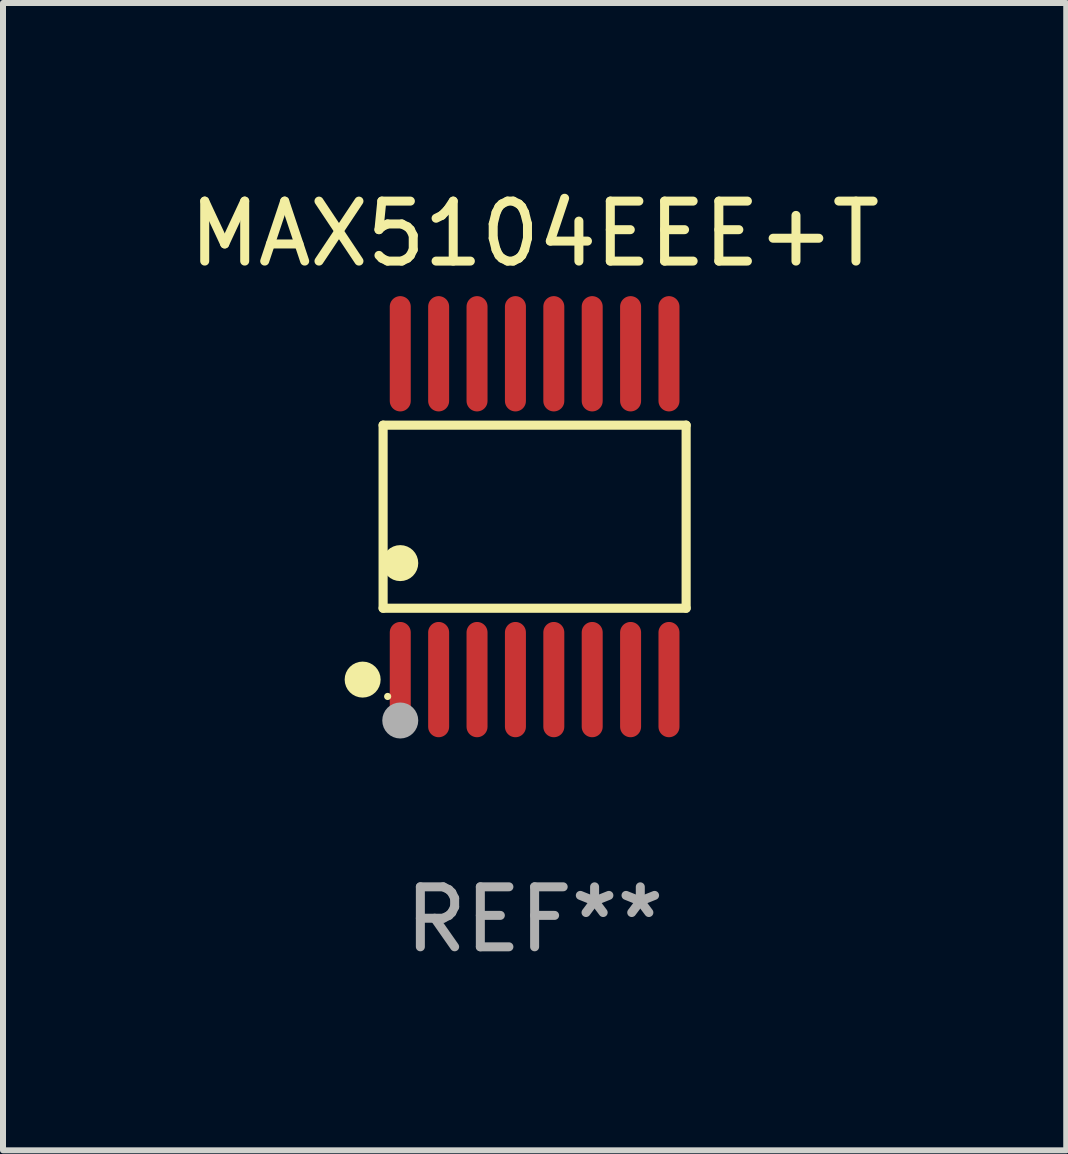
<source format=kicad_pcb>
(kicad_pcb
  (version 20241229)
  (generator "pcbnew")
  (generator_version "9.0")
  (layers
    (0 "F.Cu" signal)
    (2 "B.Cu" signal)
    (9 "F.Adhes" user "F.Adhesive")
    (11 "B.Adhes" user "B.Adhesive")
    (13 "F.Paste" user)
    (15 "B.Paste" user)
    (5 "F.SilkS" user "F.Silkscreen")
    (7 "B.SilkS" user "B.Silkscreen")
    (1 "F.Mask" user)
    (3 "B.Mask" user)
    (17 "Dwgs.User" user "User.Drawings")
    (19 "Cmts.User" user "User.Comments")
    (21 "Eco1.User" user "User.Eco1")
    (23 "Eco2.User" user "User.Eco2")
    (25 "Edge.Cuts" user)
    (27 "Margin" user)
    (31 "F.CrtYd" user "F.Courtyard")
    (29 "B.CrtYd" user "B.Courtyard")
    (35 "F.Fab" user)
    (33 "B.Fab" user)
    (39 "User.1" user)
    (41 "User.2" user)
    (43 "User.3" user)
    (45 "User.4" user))
  (footprint "MAX5104EEE+T"
    (layer "F.Cu")
    (at 5.863 5.564)
    (property "Reference" "MAX5104EEE+T" (at 0 -4.716 0) (layer "F.SilkS") (effects (font (size 1 1) (thickness 0.15))))
    (attr through_hole)
    (fp_line (start -2.526 -1.526) (end 2.526 -1.526) (stroke (width 0.152) (type solid)) (layer "F.SilkS"))
    (fp_line (start -2.526 1.526) (end -2.526 -1.526) (stroke (width 0.152) (type solid)) (layer "F.SilkS"))
    (fp_line (start 2.526 -1.526) (end 2.526 1.526) (stroke (width 0.152) (type solid)) (layer "F.SilkS"))
    (fp_line (start 2.526 1.526) (end -2.526 1.526) (stroke (width 0.152) (type solid)) (layer "F.SilkS"))
    (fp_circle (center -2.867 2.716) (end -2.717 2.716) (stroke (width 0.3) (type solid)) (fill no) (layer "F.SilkS"))
    (fp_circle (center -2.45 2.997) (end -2.42 2.997) (stroke (width 0.06) (type solid)) (fill no) (layer "F.SilkS"))
    (fp_circle (center -2.24 0.774) (end -2.09 0.774) (stroke (width 0.3) (type solid)) (fill no) (layer "F.SilkS"))
    (fp_circle (center -2.24 3.398) (end -2.09 3.398) (stroke (width 0.3) (type solid)) (fill no) (layer "F.Fab"))
    (fp_text user "REF**" (at 0 6.716 0) (layer "F.Fab") (effects (font (size 1 1) (thickness 0.15))))
    (pad "1" smd oval (at -2.24 2.716) (size 0.35 1.922) (layers "F.Cu" "F.Mask" "F.Paste"))
    (pad "2" smd oval (at -1.6 2.716) (size 0.35 1.922) (layers "F.Cu" "F.Mask" "F.Paste"))
    (pad "3" smd oval (at -0.96 2.716) (size 0.35 1.922) (layers "F.Cu" "F.Mask" "F.Paste"))
    (pad "4" smd oval (at -0.32 2.716) (size 0.35 1.922) (layers "F.Cu" "F.Mask" "F.Paste"))
    (pad "5" smd oval (at 0.32 2.716) (size 0.35 1.922) (layers "F.Cu" "F.Mask" "F.Paste"))
    (pad "6" smd oval (at 0.96 2.716) (size 0.35 1.922) (layers "F.Cu" "F.Mask" "F.Paste"))
    (pad "7" smd oval (at 1.6 2.716) (size 0.35 1.922) (layers "F.Cu" "F.Mask" "F.Paste"))
    (pad "8" smd oval (at 2.24 2.716) (size 0.35 1.922) (layers "F.Cu" "F.Mask" "F.Paste"))
    (pad "9" smd oval (at 2.24 -2.716) (size 0.35 1.922) (layers "F.Cu" "F.Mask" "F.Paste"))
    (pad "10" smd oval (at 1.6 -2.716) (size 0.35 1.922) (layers "F.Cu" "F.Mask" "F.Paste"))
    (pad "11" smd oval (at 0.96 -2.716) (size 0.35 1.922) (layers "F.Cu" "F.Mask" "F.Paste"))
    (pad "12" smd oval (at 0.32 -2.716) (size 0.35 1.922) (layers "F.Cu" "F.Mask" "F.Paste"))
    (pad "13" smd oval (at -0.32 -2.716) (size 0.35 1.922) (layers "F.Cu" "F.Mask" "F.Paste"))
    (pad "14" smd oval (at -0.96 -2.716) (size 0.35 1.922) (layers "F.Cu" "F.Mask" "F.Paste"))
    (pad "15" smd oval (at -1.6 -2.716) (size 0.35 1.922) (layers "F.Cu" "F.Mask" "F.Paste"))
    (pad "16" smd oval (at -2.24 -2.716) (size 0.35 1.922) (layers "F.Cu" "F.Mask" "F.Paste")))
  (gr_rect
    (start -3 -3)
    (end 14.726 16.128)
    (stroke (width 0.1) (type default))
    (fill no)
    (layer "Edge.Cuts")))
</source>
